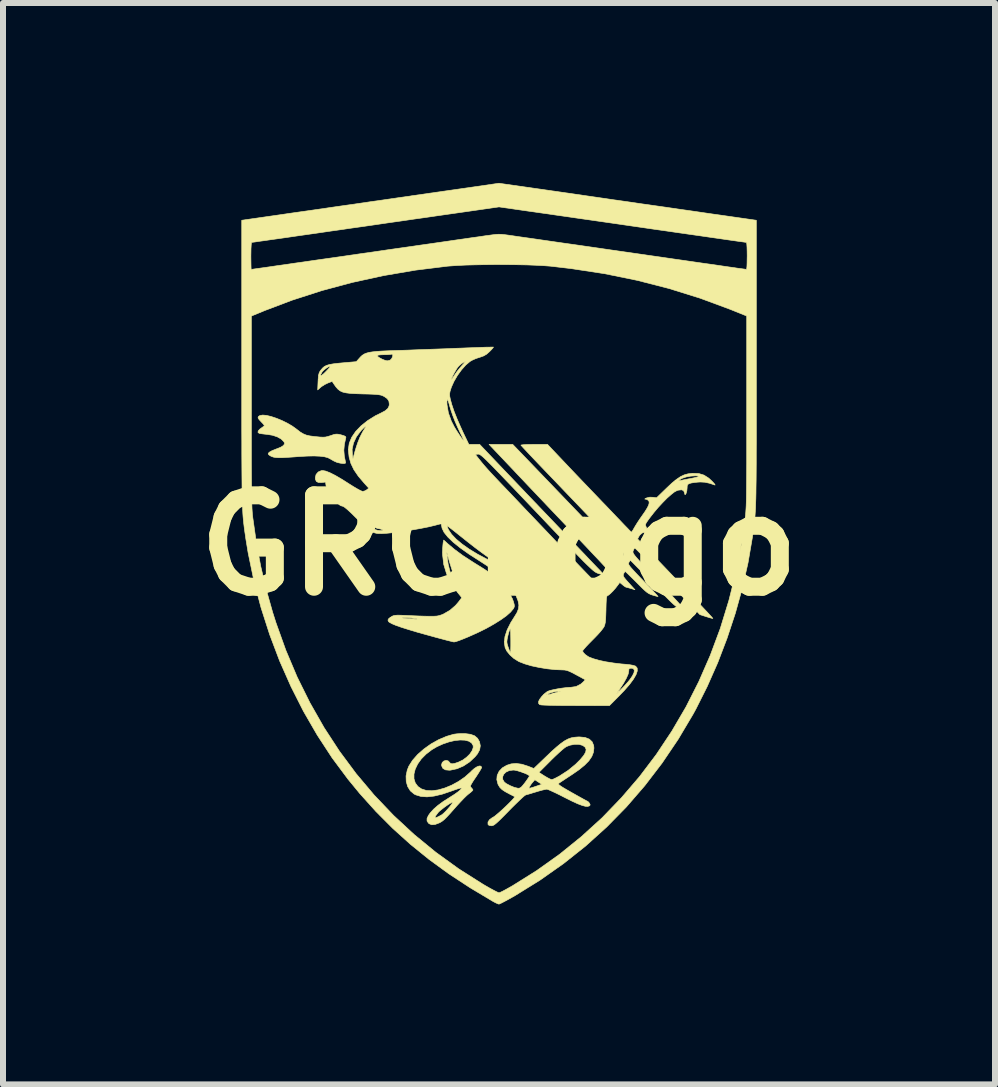
<source format=kicad_pcb>
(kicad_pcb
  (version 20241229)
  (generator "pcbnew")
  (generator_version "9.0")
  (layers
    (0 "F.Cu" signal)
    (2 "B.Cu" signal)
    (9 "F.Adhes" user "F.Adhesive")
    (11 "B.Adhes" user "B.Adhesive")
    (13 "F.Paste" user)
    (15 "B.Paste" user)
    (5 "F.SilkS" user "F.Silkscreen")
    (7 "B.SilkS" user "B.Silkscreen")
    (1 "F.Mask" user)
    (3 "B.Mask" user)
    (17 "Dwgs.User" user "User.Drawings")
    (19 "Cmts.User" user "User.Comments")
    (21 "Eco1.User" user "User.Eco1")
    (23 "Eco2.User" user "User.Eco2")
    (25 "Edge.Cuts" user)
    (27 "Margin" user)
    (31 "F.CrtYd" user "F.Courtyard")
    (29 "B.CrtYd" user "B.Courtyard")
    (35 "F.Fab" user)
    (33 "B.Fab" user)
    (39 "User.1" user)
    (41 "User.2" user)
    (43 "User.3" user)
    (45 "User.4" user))
  (footprint "GRCLogo"
    (layer "F.Cu")
    (at 5.269 6.042)
    (property "Reference" "GRCLogo" (at 0 0 0) (layer "F.SilkS") (effects (font (size 1.524 1.524) (thickness 0.3))))
    (attr through_hole)
    (fp_poly (pts (xy -3.875 -2.167) (xy -3.797 -2.148) (xy -3.71 -2.119) (xy -3.62 -2.082) (xy -3.53 -2.038) (xy -3.448 -1.99) (xy -3.377 -1.939) (xy -3.376 -1.938) (xy -3.317 -1.892) (xy -3.266 -1.861) (xy -3.214 -1.839) (xy -3.153 -1.825) (xy -3.074 -1.815) (xy -3.054 -1.813) (xy -2.984 -1.806) (xy -2.934 -1.804) (xy -2.895 -1.806) (xy -2.859 -1.814) (xy -2.817 -1.827) (xy -2.807 -1.83) (xy -2.755 -1.848) (xy -2.718 -1.855) (xy -2.684 -1.854) (xy -2.642 -1.845) (xy -2.63 -1.842) (xy -2.581 -1.827) (xy -2.556 -1.812) (xy -2.553 -1.799) (xy -2.578 -1.686) (xy -2.587 -1.585) (xy -2.579 -1.486) (xy -2.562 -1.404) (xy -2.557 -1.377) (xy -2.567 -1.367) (xy -2.599 -1.365) (xy -2.6 -1.365) (xy -2.647 -1.371) (xy -2.699 -1.383) (xy -2.704 -1.385) (xy -2.753 -1.407) (xy -2.804 -1.436) (xy -2.813 -1.442) (xy -2.855 -1.463) (xy -2.912 -1.478) (xy -2.986 -1.487) (xy -3.081 -1.491) (xy -3.198 -1.489) (xy -3.339 -1.481) (xy -3.414 -1.475) (xy -3.522 -1.468) (xy -3.606 -1.463) (xy -3.671 -1.462) (xy -3.72 -1.465) (xy -3.758 -1.471) (xy -3.79 -1.482) (xy -3.815 -1.494) (xy -3.842 -1.514) (xy -3.848 -1.533) (xy -3.829 -1.554) (xy -3.786 -1.578) (xy -3.717 -1.606) (xy -3.685 -1.618) (xy -3.639 -1.637) (xy -3.602 -1.66) (xy -3.592 -1.669) (xy -3.575 -1.693) (xy -3.579 -1.714) (xy -3.589 -1.731) (xy -3.631 -1.773) (xy -3.695 -1.809) (xy -3.775 -1.836) (xy -3.861 -1.85) (xy -3.917 -1.856) (xy -3.965 -1.862) (xy -3.994 -1.867) (xy -3.995 -1.867) (xy -4.018 -1.882) (xy -4.015 -1.907) (xy -3.988 -1.938) (xy -3.937 -1.975) (xy -3.926 -1.982) (xy -3.914 -1.992) (xy -3.917 -2.006) (xy -3.936 -2.03) (xy -3.961 -2.056) (xy -4 -2.098) (xy -4.017 -2.126) (xy -4.013 -2.146) (xy -3.99 -2.163) (xy -3.984 -2.165) (xy -3.939 -2.173) (xy -3.875 -2.167)) (stroke (width 0.01) (type solid)) (fill yes) (layer "F.SilkS"))
    (fp_poly (pts (xy -0.856 -0.029) (xy -0.743 0.066) (xy -0.602 0.17) (xy -0.432 0.28) (xy -0.389 0.307) (xy -0.295 0.365) (xy -0.222 0.412) (xy -0.162 0.453) (xy -0.111 0.491) (xy -0.063 0.531) (xy -0.013 0.577) (xy 0.013 0.601) (xy 0.101 0.696) (xy 0.172 0.794) (xy 0.223 0.89) (xy 0.241 0.94) (xy 0.253 0.985) (xy 0.256 1.015) (xy 0.249 1.038) (xy 0.237 1.058) (xy 0.191 1.113) (xy 0.121 1.175) (xy 0.028 1.241) (xy -0.084 1.311) (xy -0.212 1.383) (xy -0.272 1.413) (xy -0.354 1.453) (xy -0.44 1.492) (xy -0.524 1.529) (xy -0.602 1.561) (xy -0.669 1.587) (xy -0.72 1.604) (xy -0.75 1.61) (xy -0.751 1.61) (xy -0.771 1.606) (xy -0.816 1.595) (xy -0.88 1.579) (xy -0.962 1.557) (xy -1.056 1.532) (xy -1.16 1.503) (xy -1.19 1.495) (xy -1.362 1.447) (xy -1.505 1.404) (xy -1.623 1.367) (xy -1.715 1.335) (xy -1.782 1.307) (xy -1.826 1.283) (xy -1.841 1.271) (xy -1.852 1.245) (xy -1.835 1.216) (xy -1.824 1.209) (xy -1.615 1.209) (xy -1.594 1.213) (xy -1.553 1.217) (xy -1.531 1.219) (xy -1.452 1.225) (xy -1.399 1.229) (xy -1.371 1.229) (xy -1.365 1.227) (xy -1.379 1.222) (xy -1.393 1.219) (xy -1.456 1.209) (xy -1.53 1.204) (xy -1.598 1.205) (xy -1.611 1.206) (xy -1.615 1.209) (xy -1.824 1.209) (xy -1.789 1.185) (xy -1.78 1.18) (xy -1.758 1.171) (xy -1.731 1.166) (xy -1.692 1.163) (xy -1.638 1.164) (xy -1.562 1.167) (xy -1.525 1.169) (xy -1.432 1.173) (xy -1.334 1.177) (xy -1.241 1.18) (xy -1.165 1.181) (xy -1.161 1.181) (xy -1.089 1.181) (xy -1.036 1.178) (xy -0.996 1.17) (xy -0.957 1.157) (xy -0.926 1.144) (xy -0.817 1.081) (xy -0.726 1.002) (xy -0.676 0.944) (xy -0.621 0.871) (xy -0.695 0.779) (xy -0.798 0.629) (xy -0.874 0.475) (xy -0.922 0.317) (xy -0.941 0.157) (xy -0.942 0.117) (xy -0.941 0.109) (xy -0.872 0.109) (xy -0.863 0.203) (xy -0.848 0.314) (xy -0.822 0.419) (xy -0.789 0.511) (xy -0.751 0.585) (xy -0.729 0.613) (xy -0.71 0.633) (xy -0.703 0.639) (xy -0.706 0.626) (xy -0.718 0.592) (xy -0.736 0.542) (xy -0.75 0.504) (xy -0.778 0.426) (xy -0.806 0.338) (xy -0.831 0.257) (xy -0.836 0.239) (xy -0.872 0.109) (xy -0.941 0.109) (xy -0.94 0.055) (xy -0.936 -0.002) (xy -0.932 -0.041) (xy -0.931 -0.048) (xy -0.922 -0.089) (xy -0.856 -0.029)) (stroke (width 0.01) (type solid)) (fill yes) (layer "F.SilkS"))
    (fp_poly (pts (xy -0.567 3.137) (xy -0.476 3.149) (xy -0.407 3.174) (xy -0.358 3.216) (xy -0.325 3.274) (xy -0.312 3.341) (xy -0.323 3.407) (xy -0.36 3.476) (xy -0.4 3.524) (xy -0.49 3.609) (xy -0.593 3.677) (xy -0.7 3.723) (xy -0.806 3.746) (xy -0.827 3.748) (xy -0.892 3.742) (xy -0.935 3.718) (xy -0.956 3.676) (xy -0.958 3.656) (xy -0.947 3.619) (xy -0.919 3.594) (xy -0.883 3.584) (xy -0.849 3.592) (xy -0.827 3.614) (xy -0.81 3.634) (xy -0.783 3.641) (xy -0.741 3.635) (xy -0.679 3.614) (xy -0.674 3.612) (xy -0.604 3.578) (xy -0.541 3.532) (xy -0.488 3.48) (xy -0.45 3.425) (xy -0.431 3.373) (xy -0.431 3.338) (xy -0.457 3.294) (xy -0.504 3.264) (xy -0.569 3.247) (xy -0.648 3.244) (xy -0.738 3.253) (xy -0.835 3.276) (xy -0.935 3.31) (xy -1.036 3.356) (xy -1.121 3.406) (xy -1.217 3.48) (xy -1.296 3.56) (xy -1.356 3.644) (xy -1.397 3.729) (xy -1.418 3.812) (xy -1.418 3.89) (xy -1.396 3.96) (xy -1.352 4.019) (xy -1.292 4.06) (xy -1.213 4.085) (xy -1.119 4.09) (xy -1.014 4.076) (xy -0.903 4.044) (xy -0.789 3.997) (xy -0.677 3.936) (xy -0.571 3.863) (xy -0.475 3.778) (xy -0.457 3.759) (xy -0.412 3.719) (xy -0.368 3.691) (xy -0.33 3.677) (xy -0.302 3.68) (xy -0.29 3.7) (xy -0.29 3.703) (xy -0.298 3.721) (xy -0.319 3.757) (xy -0.35 3.807) (xy -0.388 3.865) (xy -0.389 3.866) (xy -0.431 3.928) (xy -0.457 3.971) (xy -0.472 3.998) (xy -0.476 4.016) (xy -0.471 4.029) (xy -0.462 4.039) (xy -0.442 4.063) (xy -0.435 4.077) (xy -0.446 4.092) (xy -0.474 4.118) (xy -0.507 4.143) (xy -0.54 4.171) (xy -0.587 4.217) (xy -0.643 4.276) (xy -0.704 4.342) (xy -0.749 4.393) (xy -0.817 4.47) (xy -0.87 4.527) (xy -0.912 4.569) (xy -0.948 4.598) (xy -0.98 4.618) (xy -0.994 4.625) (xy -1.065 4.652) (xy -1.121 4.657) (xy -1.164 4.64) (xy -1.176 4.63) (xy -1.2 4.594) (xy -1.2 4.552) (xy -1.194 4.539) (xy -1.067 4.539) (xy -1.053 4.539) (xy -1.043 4.536) (xy -1.009 4.521) (xy -0.967 4.498) (xy -0.954 4.491) (xy -0.926 4.468) (xy -0.89 4.433) (xy -0.853 4.393) (xy -0.818 4.352) (xy -0.791 4.316) (xy -0.776 4.292) (xy -0.776 4.285) (xy -0.792 4.288) (xy -0.823 4.305) (xy -0.866 4.333) (xy -0.912 4.366) (xy -0.957 4.401) (xy -0.995 4.432) (xy -1.019 4.457) (xy -1.019 4.458) (xy -1.052 4.503) (xy -1.067 4.529) (xy -1.067 4.539) (xy -1.194 4.539) (xy -1.177 4.502) (xy -1.147 4.46) (xy -1.09 4.397) (xy -1.018 4.334) (xy -0.928 4.268) (xy -0.814 4.196) (xy -0.813 4.195) (xy -0.739 4.148) (xy -0.682 4.107) (xy -0.643 4.074) (xy -0.625 4.051) (xy -0.626 4.043) (xy -0.642 4.045) (xy -0.679 4.055) (xy -0.732 4.073) (xy -0.791 4.094) (xy -0.947 4.147) (xy -1.083 4.179) (xy -1.2 4.192) (xy -1.301 4.185) (xy -1.387 4.159) (xy -1.415 4.145) (xy -1.479 4.091) (xy -1.523 4.02) (xy -1.547 3.936) (xy -1.55 3.843) (xy -1.53 3.747) (xy -1.504 3.681) (xy -1.442 3.583) (xy -1.357 3.486) (xy -1.252 3.394) (xy -1.134 3.31) (xy -1.007 3.239) (xy -0.875 3.183) (xy -0.755 3.148) (xy -0.701 3.141) (xy -0.634 3.137) (xy -0.567 3.137)) (stroke (width 0.01) (type solid)) (fill yes) (layer "F.SilkS"))
    (fp_poly (pts (xy 1.435 3.202) (xy 1.506 3.23) (xy 1.553 3.275) (xy 1.578 3.337) (xy 1.582 3.379) (xy 1.573 3.451) (xy 1.546 3.52) (xy 1.498 3.59) (xy 1.428 3.662) (xy 1.334 3.739) (xy 1.214 3.822) (xy 1.205 3.828) (xy 1.139 3.871) (xy 1.08 3.91) (xy 1.033 3.941) (xy 1.004 3.961) (xy 0.998 3.965) (xy 0.991 3.973) (xy 0.993 3.983) (xy 1.008 3.997) (xy 1.037 4.018) (xy 1.084 4.047) (xy 1.151 4.086) (xy 1.214 4.122) (xy 1.291 4.165) (xy 1.359 4.203) (xy 1.415 4.234) (xy 1.454 4.255) (xy 1.472 4.264) (xy 1.473 4.264) (xy 1.492 4.278) (xy 1.508 4.299) (xy 1.519 4.324) (xy 1.512 4.339) (xy 1.507 4.342) (xy 1.479 4.351) (xy 1.438 4.349) (xy 1.383 4.334) (xy 1.309 4.306) (xy 1.216 4.263) (xy 1.102 4.206) (xy 1.092 4.201) (xy 1.01 4.159) (xy 0.936 4.123) (xy 0.873 4.094) (xy 0.826 4.073) (xy 0.799 4.064) (xy 0.796 4.064) (xy 0.77 4.068) (xy 0.723 4.079) (xy 0.664 4.095) (xy 0.618 4.109) (xy 0.554 4.128) (xy 0.499 4.145) (xy 0.458 4.156) (xy 0.443 4.161) (xy 0.425 4.173) (xy 0.39 4.203) (xy 0.341 4.249) (xy 0.282 4.306) (xy 0.215 4.372) (xy 0.167 4.421) (xy 0.089 4.501) (xy 0.028 4.562) (xy -0.019 4.607) (xy -0.054 4.638) (xy -0.08 4.658) (xy -0.101 4.669) (xy -0.118 4.673) (xy -0.127 4.674) (xy -0.167 4.667) (xy -0.184 4.651) (xy -0.184 4.612) (xy -0.159 4.573) (xy -0.113 4.539) (xy -0.099 4.532) (xy -0.073 4.515) (xy -0.034 4.483) (xy 0.015 4.441) (xy 0.068 4.393) (xy 0.121 4.343) (xy 0.171 4.294) (xy 0.214 4.25) (xy 0.245 4.216) (xy 0.26 4.194) (xy 0.261 4.19) (xy 0.245 4.18) (xy 0.211 4.163) (xy 0.174 4.144) (xy 0.102 4.105) (xy 0.051 4.071) (xy 0.015 4.036) (xy -0.01 3.996) (xy -0.018 3.98) (xy -0.037 3.905) (xy -0.033 3.857) (xy 0.06 3.857) (xy 0.062 3.902) (xy 0.087 3.944) (xy 0.119 3.97) (xy 0.187 4.006) (xy 0.253 4.033) (xy 0.309 4.047) (xy 0.323 4.049) (xy 0.346 4.045) (xy 0.358 4.037) (xy 0.502 4.037) (xy 0.502 4.049) (xy 0.504 4.049) (xy 0.523 4.045) (xy 0.562 4.034) (xy 0.612 4.017) (xy 0.615 4.016) (xy 0.713 3.983) (xy 0.655 3.945) (xy 0.597 3.907) (xy 0.569 3.939) (xy 0.539 3.975) (xy 0.516 4.01) (xy 0.502 4.037) (xy 0.358 4.037) (xy 0.37 4.03) (xy 0.399 3.998) (xy 0.435 3.952) (xy 0.468 3.906) (xy 0.493 3.869) (xy 0.506 3.847) (xy 0.507 3.845) (xy 0.495 3.831) (xy 0.462 3.813) (xy 0.415 3.793) (xy 0.39 3.784) (xy 0.665 3.784) (xy 0.757 3.843) (xy 0.806 3.872) (xy 0.848 3.894) (xy 0.875 3.903) (xy 0.877 3.904) (xy 0.903 3.897) (xy 0.944 3.878) (xy 0.995 3.851) (xy 1.008 3.844) (xy 1.153 3.75) (xy 1.276 3.649) (xy 1.354 3.571) (xy 1.411 3.503) (xy 1.444 3.447) (xy 1.452 3.402) (xy 1.436 3.365) (xy 1.396 3.335) (xy 1.393 3.334) (xy 1.334 3.317) (xy 1.261 3.316) (xy 1.183 3.331) (xy 1.125 3.353) (xy 1.096 3.372) (xy 1.052 3.408) (xy 0.996 3.458) (xy 0.933 3.517) (xy 0.867 3.581) (xy 0.866 3.583) (xy 0.665 3.784) (xy 0.39 3.784) (xy 0.361 3.774) (xy 0.307 3.757) (xy 0.261 3.747) (xy 0.237 3.745) (xy 0.17 3.754) (xy 0.116 3.779) (xy 0.079 3.815) (xy 0.06 3.857) (xy -0.033 3.857) (xy -0.03 3.832) (xy 0.002 3.765) (xy 0.056 3.708) (xy 0.13 3.665) (xy 0.203 3.642) (xy 0.287 3.635) (xy 0.381 3.648) (xy 0.49 3.683) (xy 0.504 3.689) (xy 0.58 3.719) (xy 0.773 3.534) (xy 0.873 3.438) (xy 0.958 3.362) (xy 1.03 3.303) (xy 1.092 3.259) (xy 1.149 3.228) (xy 1.204 3.208) (xy 1.261 3.198) (xy 1.322 3.193) (xy 1.344 3.193) (xy 1.435 3.202)) (stroke (width 0.01) (type solid)) (fill yes) (layer "F.SilkS"))
    (fp_poly (pts (xy 1.462 -5.827) (xy 1.683 -5.795) (xy 1.908 -5.762) (xy 2.135 -5.73) (xy 2.359 -5.697) (xy 2.578 -5.666) (xy 2.789 -5.636) (xy 2.987 -5.607) (xy 3.171 -5.581) (xy 3.336 -5.557) (xy 3.479 -5.536) (xy 3.597 -5.519) (xy 3.607 -5.518) (xy 4.289 -5.42) (xy 4.289 -3.026) (xy 4.289 -2.715) (xy 4.289 -2.432) (xy 4.289 -2.175) (xy 4.289 -1.942) (xy 4.289 -1.733) (xy 4.288 -1.544) (xy 4.288 -1.376) (xy 4.287 -1.226) (xy 4.286 -1.093) (xy 4.284 -0.975) (xy 4.283 -0.871) (xy 4.281 -0.779) (xy 4.278 -0.698) (xy 4.276 -0.626) (xy 4.272 -0.561) (xy 4.268 -0.503) (xy 4.264 -0.45) (xy 4.259 -0.4) (xy 4.254 -0.351) (xy 4.247 -0.303) (xy 4.241 -0.253) (xy 4.233 -0.2) (xy 4.225 -0.142) (xy 4.222 -0.124) (xy 4.151 0.29) (xy 4.056 0.711) (xy 3.939 1.132) (xy 3.801 1.549) (xy 3.645 1.957) (xy 3.471 2.351) (xy 3.283 2.726) (xy 3.236 2.812) (xy 2.987 3.231) (xy 2.718 3.629) (xy 2.43 4.005) (xy 2.122 4.361) (xy 1.793 4.696) (xy 1.444 5.011) (xy 1.074 5.305) (xy 0.682 5.581) (xy 0.269 5.837) (xy 0.209 5.871) (xy 0.141 5.909) (xy 0.081 5.941) (xy 0.034 5.965) (xy 0.005 5.978) (xy -0.002 5.98) (xy -0.024 5.973) (xy -0.063 5.955) (xy -0.102 5.934) (xy -0.482 5.707) (xy -0.836 5.475) (xy -1.167 5.234) (xy -1.478 4.982) (xy -1.772 4.717) (xy -2.052 4.436) (xy -2.321 4.137) (xy -2.518 3.897) (xy -2.783 3.541) (xy -3.03 3.163) (xy -3.259 2.767) (xy -3.468 2.354) (xy -3.657 1.927) (xy -3.823 1.488) (xy -3.967 1.04) (xy -4.087 0.586) (xy -4.182 0.127) (xy -4.222 -0.116) (xy -4.23 -0.174) (xy -4.238 -0.227) (xy -4.245 -0.277) (xy -4.251 -0.326) (xy -4.257 -0.375) (xy -4.262 -0.425) (xy -4.267 -0.479) (xy -4.271 -0.537) (xy -4.274 -0.601) (xy -4.277 -0.673) (xy -4.28 -0.754) (xy -4.282 -0.846) (xy -4.284 -0.95) (xy -4.285 -1.068) (xy -4.286 -1.201) (xy -4.287 -1.351) (xy -4.288 -1.519) (xy -4.288 -1.707) (xy -4.289 -1.916) (xy -4.289 -2.147) (xy -4.289 -2.404) (xy -4.289 -2.686) (xy -4.289 -2.995) (xy -4.289 -3.823) (xy -4.129 -3.823) (xy -4.129 -2.242) (xy -4.129 -1.99) (xy -4.129 -1.766) (xy -4.129 -1.566) (xy -4.129 -1.391) (xy -4.128 -1.237) (xy -4.127 -1.103) (xy -4.126 -0.987) (xy -4.125 -0.887) (xy -4.124 -0.802) (xy -4.122 -0.729) (xy -4.12 -0.667) (xy -4.118 -0.614) (xy -4.115 -0.568) (xy -4.112 -0.528) (xy -4.108 -0.491) (xy -4.104 -0.455) (xy -4.103 -0.45) (xy -4.045 -0.041) (xy -3.972 0.351) (xy -3.882 0.732) (xy -3.775 1.112) (xy -3.72 1.285) (xy -3.554 1.748) (xy -3.365 2.195) (xy -3.152 2.624) (xy -2.917 3.037) (xy -2.66 3.431) (xy -2.381 3.807) (xy -2.081 4.163) (xy -1.759 4.501) (xy -1.417 4.818) (xy -1.055 5.115) (xy -0.672 5.392) (xy -0.27 5.647) (xy -0.226 5.673) (xy -0.156 5.713) (xy -0.093 5.747) (xy -0.043 5.773) (xy -0.01 5.788) (xy 0 5.791) (xy 0.02 5.784) (xy 0.06 5.765) (xy 0.116 5.735) (xy 0.182 5.698) (xy 0.226 5.673) (xy 0.628 5.421) (xy 1.011 5.148) (xy 1.374 4.854) (xy 1.718 4.541) (xy 2.04 4.207) (xy 2.342 3.855) (xy 2.622 3.485) (xy 2.88 3.097) (xy 3.117 2.692) (xy 3.33 2.271) (xy 3.521 1.834) (xy 3.689 1.383) (xy 3.832 0.917) (xy 3.952 0.437) (xy 4.047 -0.056) (xy 4.103 -0.45) (xy 4.107 -0.485) (xy 4.111 -0.522) (xy 4.114 -0.562) (xy 4.117 -0.607) (xy 4.12 -0.659) (xy 4.122 -0.72) (xy 4.124 -0.79) (xy 4.125 -0.874) (xy 4.126 -0.971) (xy 4.127 -1.085) (xy 4.128 -1.216) (xy 4.129 -1.367) (xy 4.129 -1.539) (xy 4.129 -1.734) (xy 4.129 -1.955) (xy 4.129 -2.203) (xy 4.129 -2.242) (xy 4.129 -3.824) (xy 3.854 -3.935) (xy 3.352 -4.121) (xy 2.835 -4.282) (xy 2.305 -4.418) (xy 1.762 -4.529) (xy 1.206 -4.614) (xy 0.856 -4.655) (xy 0.747 -4.663) (xy 0.615 -4.67) (xy 0.463 -4.676) (xy 0.298 -4.679) (xy 0.124 -4.681) (xy -0.054 -4.682) (xy -0.23 -4.68) (xy -0.399 -4.677) (xy -0.557 -4.673) (xy -0.697 -4.666) (xy -0.816 -4.658) (xy -0.856 -4.655) (xy -1.396 -4.588) (xy -1.928 -4.497) (xy -2.449 -4.383) (xy -2.956 -4.247) (xy -3.449 -4.088) (xy -3.911 -3.913) (xy -4.129 -3.823) (xy -4.289 -3.823) (xy -4.289 -4.826) (xy -4.137 -4.826) (xy -4.136 -4.749) (xy -4.135 -4.683) (xy -4.134 -4.634) (xy -4.132 -4.606) (xy -4.131 -4.601) (xy -4.116 -4.603) (xy -4.075 -4.609) (xy -4.01 -4.618) (xy -3.923 -4.63) (xy -3.818 -4.645) (xy -3.696 -4.663) (xy -3.559 -4.682) (xy -3.411 -4.704) (xy -3.254 -4.726) (xy -3.213 -4.732) (xy -3.021 -4.76) (xy -2.807 -4.79) (xy -2.577 -4.823) (xy -2.338 -4.858) (xy -2.097 -4.892) (xy -1.86 -4.927) (xy -1.634 -4.959) (xy -1.424 -4.989) (xy -1.343 -5.001) (xy -1.173 -5.025) (xy -1.007 -5.049) (xy -0.848 -5.072) (xy -0.698 -5.094) (xy -0.562 -5.113) (xy -0.441 -5.131) (xy -0.338 -5.145) (xy -0.258 -5.157) (xy -0.203 -5.165) (xy -0.192 -5.166) (xy -0.113 -5.177) (xy -0.054 -5.184) (xy -0.004 -5.187) (xy 0.045 -5.185) (xy 0.102 -5.179) (xy 0.177 -5.169) (xy 0.192 -5.166) (xy 0.225 -5.162) (xy 0.285 -5.153) (xy 0.368 -5.141) (xy 0.474 -5.126) (xy 0.601 -5.108) (xy 0.745 -5.087) (xy 0.904 -5.064) (xy 1.077 -5.039) (xy 1.262 -5.013) (xy 1.456 -4.985) (xy 1.657 -4.956) (xy 1.862 -4.926) (xy 2.071 -4.896) (xy 2.28 -4.866) (xy 2.487 -4.836) (xy 2.69 -4.807) (xy 2.888 -4.778) (xy 3.077 -4.751) (xy 3.256 -4.725) (xy 3.422 -4.701) (xy 3.574 -4.68) (xy 3.709 -4.66) (xy 3.825 -4.643) (xy 3.919 -4.63) (xy 3.97 -4.622) (xy 4.032 -4.614) (xy 4.083 -4.607) (xy 4.116 -4.602) (xy 4.126 -4.601) (xy 4.129 -4.615) (xy 4.133 -4.653) (xy 4.135 -4.709) (xy 4.136 -4.781) (xy 4.137 -4.826) (xy 4.136 -4.903) (xy 4.134 -4.969) (xy 4.131 -5.018) (xy 4.127 -5.046) (xy 4.124 -5.051) (xy 4.109 -5.053) (xy 4.066 -5.059) (xy 3.999 -5.068) (xy 3.908 -5.081) (xy 3.796 -5.097) (xy 3.665 -5.116) (xy 3.517 -5.137) (xy 3.353 -5.161) (xy 3.176 -5.186) (xy 2.987 -5.213) (xy 2.788 -5.242) (xy 2.597 -5.269) (xy 2.377 -5.301) (xy 2.156 -5.333) (xy 1.936 -5.365) (xy 1.72 -5.396) (xy 1.512 -5.426) (xy 1.315 -5.454) (xy 1.13 -5.481) (xy 0.961 -5.505) (xy 0.811 -5.527) (xy 0.682 -5.545) (xy 0.579 -5.56) (xy 0.541 -5.565) (xy 0 -5.643) (xy -0.541 -5.565) (xy -0.632 -5.552) (xy -0.75 -5.535) (xy -0.891 -5.515) (xy -1.051 -5.492) (xy -1.229 -5.466) (xy -1.422 -5.439) (xy -1.626 -5.409) (xy -1.838 -5.379) (xy -2.056 -5.347) (xy -2.277 -5.315) (xy -2.498 -5.284) (xy -2.597 -5.269) (xy -2.803 -5.24) (xy -3.001 -5.211) (xy -3.19 -5.184) (xy -3.366 -5.159) (xy -3.529 -5.135) (xy -3.676 -5.114) (xy -3.806 -5.096) (xy -3.916 -5.08) (xy -4.005 -5.068) (xy -4.07 -5.058) (xy -4.111 -5.053) (xy -4.124 -5.051) (xy -4.129 -5.037) (xy -4.132 -4.999) (xy -4.135 -4.943) (xy -4.136 -4.871) (xy -4.137 -4.826) (xy -4.289 -4.826) (xy -4.289 -5.42) (xy -3.607 -5.518) (xy -3.492 -5.535) (xy -3.351 -5.555) (xy -3.188 -5.578) (xy -3.006 -5.604) (xy -2.809 -5.633) (xy -2.6 -5.663) (xy -2.381 -5.694) (xy -2.157 -5.727) (xy -1.931 -5.759) (xy -1.705 -5.792) (xy -1.484 -5.823) (xy -1.463 -5.827) (xy -0.001 -6.037) (xy 1.462 -5.827)) (stroke (width 0.01) (type solid)) (fill yes) (layer "F.SilkS"))
    (fp_poly (pts (xy -0.093 -3.306) (xy -0.093 -3.306) (xy -0.1 -3.294) (xy -0.123 -3.267) (xy -0.157 -3.232) (xy -0.158 -3.231) (xy -0.208 -3.187) (xy -0.256 -3.159) (xy -0.317 -3.137) (xy -0.328 -3.134) (xy -0.388 -3.114) (xy -0.446 -3.088) (xy -0.483 -3.067) (xy -0.554 -3.007) (xy -0.626 -2.926) (xy -0.694 -2.832) (xy -0.752 -2.732) (xy -0.795 -2.636) (xy -0.8 -2.62) (xy -0.817 -2.566) (xy -0.824 -2.526) (xy -0.822 -2.487) (xy -0.813 -2.442) (xy -0.788 -2.349) (xy -0.75 -2.236) (xy -0.699 -2.108) (xy -0.638 -1.969) (xy -0.599 -1.883) (xy -0.503 -1.684) (xy -0.323 -1.684) (xy 0.088 -1.252) (xy 0.184 -1.152) (xy 0.279 -1.052) (xy 0.37 -0.957) (xy 0.454 -0.868) (xy 0.528 -0.791) (xy 0.589 -0.727) (xy 0.634 -0.681) (xy 0.639 -0.675) (xy 0.685 -0.627) (xy 0.748 -0.561) (xy 0.822 -0.484) (xy 0.905 -0.397) (xy 0.991 -0.307) (xy 1.078 -0.216) (xy 1.096 -0.196) (xy 1.182 -0.106) (xy 1.268 -0.016) (xy 1.35 0.07) (xy 1.425 0.148) (xy 1.488 0.215) (xy 1.536 0.265) (xy 1.545 0.275) (xy 1.598 0.33) (xy 1.646 0.38) (xy 1.685 0.42) (xy 1.709 0.446) (xy 1.71 0.447) (xy 1.731 0.472) (xy 1.739 0.487) (xy 1.738 0.487) (xy 1.723 0.486) (xy 1.688 0.478) (xy 1.656 0.468) (xy 1.641 0.463) (xy 1.626 0.456) (xy 1.609 0.447) (xy 1.59 0.434) (xy 1.567 0.416) (xy 1.539 0.391) (xy 1.504 0.358) (xy 1.461 0.317) (xy 1.408 0.265) (xy 1.346 0.201) (xy 1.271 0.124) (xy 1.183 0.032) (xy 1.08 -0.075) (xy 0.962 -0.198) (xy 0.826 -0.34) (xy 0.673 -0.502) (xy 0.646 -0.53) (xy 0.487 -0.697) (xy 0.347 -0.844) (xy 0.224 -0.973) (xy 0.117 -1.084) (xy 0.026 -1.179) (xy -0.052 -1.26) (xy -0.117 -1.327) (xy -0.171 -1.381) (xy -0.215 -1.425) (xy -0.25 -1.458) (xy -0.278 -1.483) (xy -0.3 -1.5) (xy -0.316 -1.512) (xy -0.329 -1.518) (xy -0.339 -1.521) (xy -0.347 -1.522) (xy -0.353 -1.521) (xy -0.395 -1.517) (xy -0.332 -1.437) (xy -0.291 -1.386) (xy -0.247 -1.333) (xy -0.195 -1.274) (xy -0.133 -1.206) (xy -0.056 -1.124) (xy -0.001 -1.066) (xy 0.031 -1.032) (xy 0.082 -0.979) (xy 0.149 -0.909) (xy 0.23 -0.824) (xy 0.323 -0.726) (xy 0.427 -0.616) (xy 0.54 -0.498) (xy 0.66 -0.372) (xy 0.785 -0.241) (xy 0.912 -0.107) (xy 0.927 -0.091) (xy 1.072 0.062) (xy 1.199 0.194) (xy 1.308 0.308) (xy 1.401 0.405) (xy 1.479 0.486) (xy 1.545 0.553) (xy 1.598 0.606) (xy 1.64 0.648) (xy 1.674 0.679) (xy 1.699 0.701) (xy 1.718 0.715) (xy 1.731 0.723) (xy 1.741 0.725) (xy 1.747 0.723) (xy 1.786 0.697) (xy 1.832 0.656) (xy 1.875 0.611) (xy 1.906 0.57) (xy 1.909 0.564) (xy 1.913 0.558) (xy 1.917 0.554) (xy 1.919 0.549) (xy 1.919 0.543) (xy 1.917 0.534) (xy 1.91 0.522) (xy 1.897 0.505) (xy 1.878 0.482) (xy 1.852 0.451) (xy 1.818 0.412) (xy 1.774 0.364) (xy 1.72 0.306) (xy 1.654 0.235) (xy 1.575 0.152) (xy 1.483 0.054) (xy 1.376 -0.059) (xy 1.253 -0.188) (xy 1.114 -0.335) (xy 0.957 -0.5) (xy 0.781 -0.685) (xy 0.771 -0.696) (xy 0.691 -0.78) (xy 0.598 -0.878) (xy 0.497 -0.984) (xy 0.395 -1.092) (xy 0.298 -1.194) (xy 0.241 -1.255) (xy 0.163 -1.337) (xy 0.09 -1.414) (xy 0.023 -1.485) (xy -0.034 -1.545) (xy -0.078 -1.591) (xy -0.105 -1.62) (xy -0.107 -1.622) (xy -0.166 -1.684) (xy 0.228 -1.684) (xy 0.56 -1.339) (xy 0.851 -1.036) (xy 1.16 -0.714) (xy 1.486 -0.374) (xy 1.771 -0.075) (xy 2.054 0.221) (xy 2.067 0.175) (xy 2.073 0.145) (xy 2.066 0.12) (xy 2.044 0.091) (xy 2.03 0.076) (xy 2.004 0.048) (xy 1.959 0.001) (xy 1.897 -0.064) (xy 1.82 -0.145) (xy 1.728 -0.241) (xy 1.623 -0.351) (xy 1.507 -0.472) (xy 1.381 -0.604) (xy 1.246 -0.745) (xy 1.104 -0.893) (xy 0.957 -1.047) (xy 0.835 -1.174) (xy 0.74 -1.273) (xy 0.651 -1.366) (xy 0.571 -1.45) (xy 0.501 -1.524) (xy 0.444 -1.585) (xy 0.401 -1.631) (xy 0.374 -1.661) (xy 0.365 -1.671) (xy 0.377 -1.675) (xy 0.413 -1.679) (xy 0.469 -1.682) (xy 0.539 -1.683) (xy 0.584 -1.684) (xy 0.808 -1.684) (xy 0.894 -1.593) (xy 0.981 -1.501) (xy 1.076 -1.401) (xy 1.176 -1.295) (xy 1.278 -1.188) (xy 1.378 -1.083) (xy 1.473 -0.984) (xy 1.56 -0.893) (xy 1.635 -0.815) (xy 1.694 -0.753) (xy 1.713 -0.733) (xy 1.782 -0.662) (xy 1.861 -0.579) (xy 1.943 -0.493) (xy 2.018 -0.415) (xy 2.033 -0.399) (xy 2.088 -0.341) (xy 2.137 -0.291) (xy 2.175 -0.251) (xy 2.199 -0.227) (xy 2.206 -0.221) (xy 2.216 -0.231) (xy 2.235 -0.259) (xy 2.25 -0.286) (xy 2.274 -0.327) (xy 2.309 -0.383) (xy 2.351 -0.446) (xy 2.379 -0.486) (xy 2.434 -0.565) (xy 2.472 -0.627) (xy 2.494 -0.672) (xy 2.503 -0.707) (xy 2.5 -0.733) (xy 2.496 -0.741) (xy 2.471 -0.764) (xy 2.449 -0.77) (xy 2.43 -0.773) (xy 2.436 -0.779) (xy 2.46 -0.791) (xy 2.514 -0.804) (xy 2.565 -0.802) (xy 2.627 -0.794) (xy 2.792 -0.954) (xy 2.88 -1.037) (xy 2.931 -1.079) (xy 2.992 -1.079) (xy 2.998 -1.076) (xy 3.019 -1.08) (xy 3.05 -1.087) (xy 3.1 -1.097) (xy 3.16 -1.109) (xy 3.179 -1.112) (xy 3.258 -1.128) (xy 3.31 -1.141) (xy 3.334 -1.15) (xy 3.33 -1.156) (xy 3.3 -1.159) (xy 3.272 -1.16) (xy 3.195 -1.155) (xy 3.119 -1.141) (xy 3.054 -1.119) (xy 3.011 -1.095) (xy 2.992 -1.079) (xy 2.931 -1.079) (xy 2.956 -1.099) (xy 3.023 -1.145) (xy 3.086 -1.175) (xy 3.15 -1.193) (xy 3.22 -1.202) (xy 3.231 -1.202) (xy 3.33 -1.198) (xy 3.416 -1.172) (xy 3.496 -1.121) (xy 3.55 -1.071) (xy 3.582 -1.037) (xy 3.6 -1.014) (xy 3.601 -1.006) (xy 3.6 -1.006) (xy 3.509 -1.036) (xy 3.432 -1.053) (xy 3.358 -1.057) (xy 3.317 -1.055) (xy 3.259 -1.049) (xy 3.208 -1.041) (xy 3.175 -1.032) (xy 3.149 -1.018) (xy 3.137 -0.995) (xy 3.135 -0.957) (xy 3.131 -0.911) (xy 3.12 -0.872) (xy 3.118 -0.866) (xy 3.105 -0.846) (xy 3.098 -0.849) (xy 3.092 -0.878) (xy 3.076 -0.913) (xy 3.043 -0.927) (xy 2.991 -0.921) (xy 2.969 -0.915) (xy 2.925 -0.892) (xy 2.869 -0.848) (xy 2.802 -0.789) (xy 2.73 -0.716) (xy 2.654 -0.634) (xy 2.58 -0.546) (xy 2.51 -0.456) (xy 2.482 -0.417) (xy 2.455 -0.378) (xy 2.443 -0.352) (xy 2.443 -0.331) (xy 2.455 -0.303) (xy 2.458 -0.297) (xy 2.474 -0.247) (xy 2.481 -0.195) (xy 2.481 -0.192) (xy 2.481 -0.138) (xy 2.459 -0.178) (xy 2.44 -0.206) (xy 2.423 -0.218) (xy 2.422 -0.218) (xy 2.384 -0.205) (xy 2.348 -0.173) (xy 2.331 -0.148) (xy 2.31 -0.107) (xy 2.94 0.552) (xy 3.05 0.667) (xy 3.154 0.777) (xy 3.25 0.878) (xy 3.336 0.969) (xy 3.411 1.049) (xy 3.473 1.115) (xy 3.52 1.166) (xy 3.551 1.2) (xy 3.563 1.216) (xy 3.564 1.216) (xy 3.548 1.215) (xy 3.513 1.206) (xy 3.464 1.191) (xy 3.454 1.188) (xy 3.349 1.154) (xy 2.811 0.599) (xy 2.709 0.493) (xy 2.612 0.394) (xy 2.524 0.304) (xy 2.445 0.224) (xy 2.378 0.156) (xy 2.325 0.103) (xy 2.287 0.065) (xy 2.266 0.046) (xy 2.263 0.044) (xy 2.252 0.056) (xy 2.238 0.085) (xy 2.237 0.089) (xy 2.233 0.1) (xy 2.232 0.111) (xy 2.236 0.125) (xy 2.245 0.143) (xy 2.262 0.167) (xy 2.288 0.199) (xy 2.326 0.242) (xy 2.377 0.298) (xy 2.442 0.368) (xy 2.524 0.456) (xy 2.624 0.562) (xy 2.713 0.657) (xy 2.797 0.746) (xy 2.873 0.828) (xy 2.94 0.9) (xy 2.994 0.959) (xy 3.034 1.003) (xy 3.057 1.029) (xy 3.06 1.033) (xy 3.095 1.075) (xy 3.053 1.065) (xy 3.027 1.058) (xy 3.002 1.048) (xy 2.975 1.033) (xy 2.944 1.011) (xy 2.907 0.98) (xy 2.862 0.938) (xy 2.806 0.882) (xy 2.736 0.812) (xy 2.651 0.723) (xy 2.569 0.639) (xy 2.485 0.551) (xy 2.407 0.47) (xy 2.338 0.398) (xy 2.279 0.338) (xy 2.234 0.292) (xy 2.204 0.262) (xy 2.191 0.25) (xy 2.191 0.25) (xy 2.18 0.259) (xy 2.165 0.284) (xy 2.16 0.296) (xy 2.16 0.309) (xy 2.166 0.325) (xy 2.181 0.348) (xy 2.207 0.379) (xy 2.246 0.422) (xy 2.299 0.479) (xy 2.37 0.553) (xy 2.401 0.585) (xy 2.47 0.657) (xy 2.531 0.721) (xy 2.583 0.776) (xy 2.622 0.818) (xy 2.645 0.844) (xy 2.651 0.852) (xy 2.636 0.85) (xy 2.602 0.841) (xy 2.561 0.829) (xy 2.528 0.818) (xy 2.499 0.804) (xy 2.469 0.785) (xy 2.434 0.756) (xy 2.39 0.715) (xy 2.333 0.658) (xy 2.294 0.619) (xy 2.235 0.56) (xy 2.183 0.509) (xy 2.142 0.469) (xy 2.114 0.443) (xy 2.104 0.435) (xy 2.092 0.447) (xy 2.077 0.473) (xy 2.071 0.492) (xy 2.072 0.509) (xy 2.083 0.531) (xy 2.108 0.563) (xy 2.148 0.609) (xy 2.163 0.625) (xy 2.266 0.739) (xy 2.196 0.718) (xy 2.154 0.706) (xy 2.124 0.698) (xy 2.117 0.697) (xy 2.1 0.688) (xy 2.071 0.667) (xy 2.06 0.657) (xy 2.013 0.618) (xy 1.982 0.66) (xy 1.943 0.711) (xy 1.9 0.76) (xy 1.859 0.801) (xy 1.827 0.828) (xy 1.814 0.835) (xy 1.804 0.84) (xy 1.796 0.853) (xy 1.791 0.876) (xy 1.788 0.915) (xy 1.785 0.973) (xy 1.783 1.055) (xy 1.783 1.071) (xy 1.78 1.163) (xy 1.777 1.232) (xy 1.772 1.282) (xy 1.764 1.319) (xy 1.754 1.349) (xy 1.75 1.357) (xy 1.73 1.387) (xy 1.694 1.433) (xy 1.645 1.488) (xy 1.588 1.547) (xy 1.558 1.577) (xy 1.502 1.634) (xy 1.454 1.684) (xy 1.418 1.725) (xy 1.397 1.752) (xy 1.393 1.76) (xy 1.406 1.787) (xy 1.437 1.819) (xy 1.482 1.851) (xy 1.502 1.862) (xy 1.573 1.889) (xy 1.667 1.916) (xy 1.779 1.94) (xy 1.905 1.96) (xy 2.038 1.976) (xy 2.112 1.982) (xy 2.178 1.989) (xy 2.234 1.999) (xy 2.272 2.011) (xy 2.277 2.013) (xy 2.303 2.045) (xy 2.305 2.093) (xy 2.284 2.155) (xy 2.24 2.231) (xy 2.174 2.32) (xy 2.085 2.422) (xy 2.001 2.509) (xy 1.84 2.671) (xy 1.272 2.67) (xy 1.103 2.67) (xy 0.962 2.668) (xy 0.849 2.666) (xy 0.764 2.663) (xy 0.707 2.66) (xy 0.679 2.655) (xy 0.677 2.654) (xy 0.659 2.633) (xy 0.66 2.6) (xy 0.678 2.564) (xy 0.712 2.519) (xy 0.737 2.493) (xy 0.791 2.493) (xy 0.81 2.491) (xy 0.856 2.48) (xy 0.876 2.475) (xy 1.957 2.475) (xy 2.039 2.395) (xy 2.089 2.344) (xy 2.14 2.287) (xy 2.179 2.24) (xy 2.225 2.173) (xy 2.251 2.118) (xy 2.255 2.078) (xy 2.237 2.053) (xy 2.205 2.047) (xy 2.175 2.05) (xy 2.164 2.067) (xy 2.163 2.092) (xy 2.153 2.144) (xy 2.123 2.213) (xy 2.076 2.298) (xy 2.023 2.379) (xy 1.957 2.475) (xy 0.876 2.475) (xy 0.929 2.46) (xy 0.986 2.443) (xy 1.017 2.433) (xy 1.024 2.428) (xy 1.009 2.428) (xy 0.973 2.432) (xy 0.973 2.432) (xy 0.914 2.442) (xy 0.857 2.458) (xy 0.835 2.467) (xy 0.799 2.485) (xy 0.791 2.493) (xy 0.737 2.493) (xy 0.755 2.475) (xy 0.798 2.441) (xy 0.813 2.432) (xy 0.848 2.419) (xy 0.903 2.406) (xy 0.972 2.392) (xy 1.046 2.38) (xy 1.117 2.371) (xy 1.177 2.366) (xy 1.194 2.366) (xy 1.284 2.353) (xy 1.36 2.314) (xy 1.399 2.281) (xy 1.438 2.24) (xy 1.287 2.158) (xy 1.218 2.121) (xy 1.166 2.097) (xy 1.125 2.083) (xy 1.09 2.077) (xy 1.064 2.076) (xy 0.937 2.071) (xy 0.803 2.057) (xy 0.669 2.035) (xy 0.542 2.008) (xy 0.429 1.975) (xy 0.337 1.939) (xy 0.325 1.933) (xy 0.249 1.886) (xy 0.182 1.826) (xy 0.13 1.762) (xy 0.102 1.706) (xy 0.088 1.619) (xy 0.089 1.609) (xy 0.131 1.609) (xy 0.135 1.639) (xy 0.147 1.681) (xy 0.162 1.724) (xy 0.177 1.762) (xy 0.19 1.783) (xy 0.194 1.785) (xy 0.195 1.772) (xy 0.195 1.734) (xy 0.196 1.678) (xy 0.196 1.609) (xy 0.196 1.583) (xy 0.195 1.511) (xy 0.194 1.452) (xy 0.191 1.41) (xy 0.188 1.391) (xy 0.186 1.391) (xy 0.174 1.414) (xy 0.16 1.457) (xy 0.147 1.509) (xy 0.136 1.56) (xy 0.131 1.602) (xy 0.131 1.609) (xy 0.089 1.609) (xy 0.099 1.519) (xy 0.135 1.409) (xy 0.195 1.289) (xy 0.252 1.198) (xy 0.298 1.123) (xy 0.324 1.058) (xy 0.331 0.995) (xy 0.318 0.927) (xy 0.287 0.846) (xy 0.275 0.82) (xy 0.22 0.723) (xy 0.147 0.628) (xy 0.055 0.534) (xy -0.059 0.439) (xy -0.198 0.34) (xy -0.329 0.255) (xy -0.502 0.144) (xy -0.647 0.041) (xy -0.764 -0.053) (xy -0.853 -0.139) (xy -0.916 -0.217) (xy -0.95 -0.287) (xy -0.957 -0.327) (xy -0.868 -0.327) (xy -0.865 -0.313) (xy -0.851 -0.281) (xy -0.841 -0.259) (xy -0.791 -0.185) (xy -0.716 -0.106) (xy -0.617 -0.023) (xy -0.498 0.061) (xy -0.362 0.144) (xy -0.234 0.212) (xy -0.163 0.25) (xy -0.095 0.291) (xy -0.038 0.329) (xy -0.003 0.357) (xy 0.041 0.397) (xy 0.065 0.416) (xy 0.068 0.415) (xy 0.051 0.393) (xy 0.012 0.352) (xy 0.007 0.347) (xy -0.045 0.298) (xy -0.104 0.25) (xy -0.145 0.221) (xy -0.214 0.174) (xy -0.302 0.11) (xy -0.405 0.033) (xy -0.52 -0.057) (xy -0.643 -0.155) (xy -0.682 -0.186) (xy -0.743 -0.235) (xy -0.796 -0.276) (xy -0.837 -0.307) (xy -0.862 -0.325) (xy -0.868 -0.327) (xy -0.957 -0.327) (xy -0.958 -0.334) (xy -0.964 -0.357) (xy -0.983 -0.357) (xy -1.075 -0.333) (xy -1.18 -0.308) (xy -1.296 -0.285) (xy -1.418 -0.263) (xy -1.541 -0.243) (xy -1.66 -0.226) (xy -1.772 -0.212) (xy -1.873 -0.202) (xy -1.956 -0.197) (xy -2.019 -0.198) (xy -2.047 -0.202) (xy -2.084 -0.212) (xy -2.119 -0.227) (xy -2.155 -0.249) (xy -2.197 -0.281) (xy -2.249 -0.327) (xy -2.251 -0.33) (xy -2.179 -0.33) (xy -2.175 -0.324) (xy -2.138 -0.295) (xy -2.083 -0.269) (xy -2.024 -0.252) (xy -1.981 -0.247) (xy -1.946 -0.249) (xy -1.938 -0.255) (xy -1.945 -0.261) (xy -1.979 -0.274) (xy -1.992 -0.276) (xy -2.019 -0.281) (xy -2.062 -0.295) (xy -2.106 -0.312) (xy -2.153 -0.329) (xy -2.176 -0.335) (xy -2.179 -0.33) (xy -2.251 -0.33) (xy -2.312 -0.389) (xy -2.38 -0.456) (xy -2.462 -0.537) (xy -2.526 -0.596) (xy -2.572 -0.634) (xy -2.601 -0.652) (xy -2.608 -0.653) (xy -2.639 -0.662) (xy -2.669 -0.682) (xy -2.684 -0.704) (xy -2.685 -0.709) (xy -2.671 -0.738) (xy -2.638 -0.763) (xy -2.594 -0.78) (xy -2.564 -0.784) (xy -2.529 -0.789) (xy -2.521 -0.804) (xy -2.54 -0.829) (xy -2.57 -0.852) (xy -2.616 -0.877) (xy -2.67 -0.892) (xy -2.74 -0.902) (xy -2.794 -0.909) (xy -2.837 -0.917) (xy -2.861 -0.925) (xy -2.862 -0.926) (xy -2.873 -0.948) (xy -2.882 -0.987) (xy -2.884 -0.998) (xy -2.892 -1.056) (xy -2.955 -1.048) (xy -3.011 -1.049) (xy -3.045 -1.066) (xy -3.061 -1.103) (xy -3.063 -1.127) (xy -3.05 -1.182) (xy -3.014 -1.224) (xy -2.963 -1.246) (xy -2.939 -1.248) (xy -2.889 -1.239) (xy -2.818 -1.211) (xy -2.727 -1.165) (xy -2.616 -1.1) (xy -2.492 -1.021) (xy -2.425 -0.979) (xy -2.364 -0.943) (xy -2.314 -0.916) (xy -2.281 -0.902) (xy -2.272 -0.9) (xy -2.236 -0.909) (xy -2.205 -0.927) (xy -2.171 -0.954) (xy -2.249 -1.04) (xy -2.346 -1.154) (xy -2.419 -1.261) (xy -2.469 -1.365) (xy -2.499 -1.47) (xy -2.511 -1.58) (xy -2.511 -1.603) (xy -2.449 -1.603) (xy -2.445 -1.513) (xy -2.435 -1.444) (xy -2.401 -1.57) (xy -2.379 -1.642) (xy -2.353 -1.718) (xy -2.327 -1.783) (xy -2.324 -1.792) (xy -2.297 -1.847) (xy -2.27 -1.898) (xy -2.249 -1.932) (xy -2.227 -1.966) (xy -2.223 -1.98) (xy -2.236 -1.976) (xy -2.263 -1.952) (xy -2.301 -1.913) (xy -2.377 -1.812) (xy -2.426 -1.708) (xy -2.449 -1.603) (xy -2.511 -1.603) (xy -2.511 -1.605) (xy -2.497 -1.703) (xy -2.456 -1.802) (xy -2.39 -1.899) (xy -2.301 -1.992) (xy -2.191 -2.08) (xy -2.063 -2.16) (xy -1.967 -2.207) (xy -1.898 -2.244) (xy -1.854 -2.282) (xy -1.833 -2.324) (xy -1.829 -2.355) (xy -1.835 -2.397) (xy -0.869 -2.397) (xy -0.867 -2.339) (xy -0.866 -2.337) (xy -0.844 -2.208) (xy -0.796 -2.074) (xy -0.746 -1.976) (xy -0.714 -1.923) (xy -0.679 -1.869) (xy -0.646 -1.819) (xy -0.617 -1.778) (xy -0.596 -1.752) (xy -0.587 -1.745) (xy -0.591 -1.759) (xy -0.606 -1.793) (xy -0.629 -1.841) (xy -0.645 -1.873) (xy -0.687 -1.962) (xy -0.731 -2.062) (xy -0.771 -2.165) (xy -0.804 -2.262) (xy -0.828 -2.342) (xy -0.828 -2.344) (xy -0.844 -2.4) (xy -0.857 -2.428) (xy -0.865 -2.427) (xy -0.869 -2.397) (xy -1.835 -2.397) (xy -1.837 -2.407) (xy -1.864 -2.447) (xy -1.915 -2.483) (xy -1.92 -2.485) (xy -1.943 -2.496) (xy -1.968 -2.505) (xy -2 -2.511) (xy -2.042 -2.516) (xy -2.1 -2.52) (xy -2.177 -2.523) (xy -2.271 -2.525) (xy -2.388 -2.529) (xy -2.479 -2.534) (xy -2.551 -2.543) (xy -2.606 -2.556) (xy -2.649 -2.576) (xy -2.685 -2.604) (xy -2.718 -2.641) (xy -2.752 -2.689) (xy -2.759 -2.7) (xy -2.782 -2.734) (xy -2.851 -2.708) (xy -2.905 -2.682) (xy -2.957 -2.649) (xy -2.972 -2.637) (xy -3.023 -2.592) (xy -3.017 -2.731) (xy -3.015 -2.762) (xy -0.798 -2.762) (xy -0.791 -2.767) (xy -0.773 -2.792) (xy -0.746 -2.832) (xy -0.742 -2.839) (xy -0.702 -2.897) (xy -0.655 -2.956) (xy -0.621 -2.995) (xy -0.589 -3.03) (xy -0.568 -3.054) (xy -0.562 -3.063) (xy -0.589 -3.053) (xy -0.626 -3.029) (xy -0.663 -2.998) (xy -0.687 -2.972) (xy -0.71 -2.937) (xy -0.737 -2.891) (xy -0.764 -2.842) (xy -0.785 -2.799) (xy -0.797 -2.769) (xy -0.798 -2.762) (xy -3.015 -2.762) (xy -3.013 -2.798) (xy -3.009 -2.831) (xy -2.974 -2.831) (xy -2.958 -2.835) (xy -2.925 -2.86) (xy -2.896 -2.888) (xy -2.858 -2.927) (xy -2.829 -2.959) (xy -2.816 -2.978) (xy -2.816 -2.979) (xy -2.825 -2.984) (xy -2.85 -2.973) (xy -2.882 -2.953) (xy -2.915 -2.927) (xy -2.942 -2.901) (xy -2.951 -2.888) (xy -2.972 -2.849) (xy -2.974 -2.831) (xy -3.009 -2.831) (xy -3.007 -2.844) (xy -2.998 -2.877) (xy -2.984 -2.904) (xy -2.97 -2.923) (xy -2.942 -2.956) (xy -2.912 -2.982) (xy -2.874 -3.001) (xy -2.825 -3.016) (xy -2.76 -3.027) (xy -2.673 -3.037) (xy -2.609 -3.043) (xy -2.379 -3.063) (xy -2.334 -3.114) (xy -2.307 -3.144) (xy -2.284 -3.165) (xy -2.032 -3.165) (xy -2.02 -3.147) (xy -1.988 -3.125) (xy -1.946 -3.103) (xy -1.903 -3.086) (xy -1.866 -3.077) (xy -1.862 -3.077) (xy -1.816 -3.088) (xy -1.793 -3.109) (xy -1.775 -3.144) (xy -1.771 -3.173) (xy -1.78 -3.188) (xy -1.794 -3.187) (xy -1.819 -3.183) (xy -1.864 -3.18) (xy -1.919 -3.179) (xy -1.924 -3.179) (xy -1.976 -3.177) (xy -2.014 -3.172) (xy -2.032 -3.166) (xy -2.032 -3.165) (xy -2.284 -3.165) (xy -2.279 -3.169) (xy -2.25 -3.189) (xy -2.214 -3.204) (xy -2.169 -3.217) (xy -2.112 -3.226) (xy -2.039 -3.234) (xy -1.947 -3.24) (xy -1.834 -3.245) (xy -1.696 -3.25) (xy -1.655 -3.251) (xy -1.525 -3.255) (xy -1.374 -3.261) (xy -1.209 -3.267) (xy -1.039 -3.273) (xy -0.871 -3.279) (xy -0.714 -3.286) (xy -0.648 -3.288) (xy -0.525 -3.293) (xy -0.411 -3.297) (xy -0.309 -3.301) (xy -0.224 -3.304) (xy -0.157 -3.305) (xy -0.113 -3.306) (xy -0.093 -3.306)) (stroke (width 0.01) (type solid)) (fill yes) (layer "F.SilkS")))
  (gr_rect
    (start -3 -3)
    (end 13.537 15.027)
    (stroke (width 0.1) (type default))
    (fill no)
    (layer "Edge.Cuts")))
</source>
